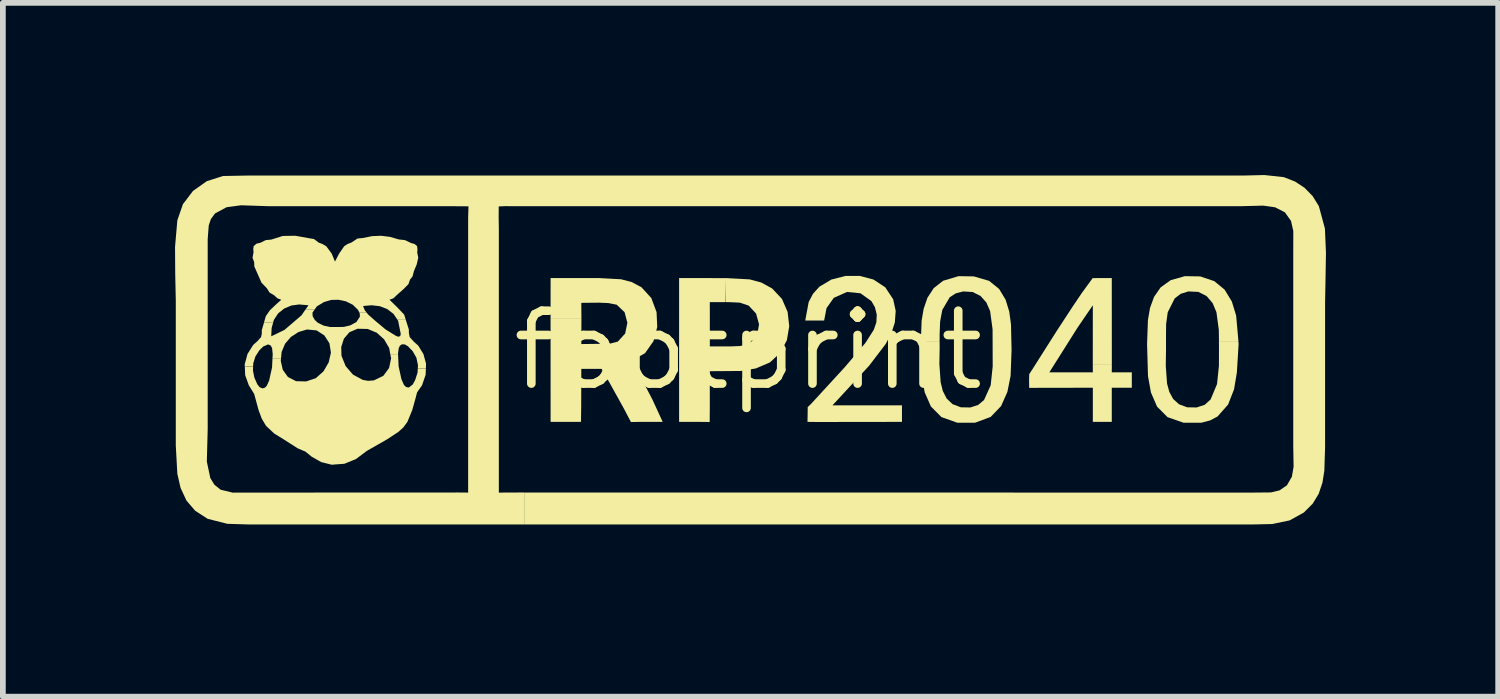
<source format=kicad_pcb>
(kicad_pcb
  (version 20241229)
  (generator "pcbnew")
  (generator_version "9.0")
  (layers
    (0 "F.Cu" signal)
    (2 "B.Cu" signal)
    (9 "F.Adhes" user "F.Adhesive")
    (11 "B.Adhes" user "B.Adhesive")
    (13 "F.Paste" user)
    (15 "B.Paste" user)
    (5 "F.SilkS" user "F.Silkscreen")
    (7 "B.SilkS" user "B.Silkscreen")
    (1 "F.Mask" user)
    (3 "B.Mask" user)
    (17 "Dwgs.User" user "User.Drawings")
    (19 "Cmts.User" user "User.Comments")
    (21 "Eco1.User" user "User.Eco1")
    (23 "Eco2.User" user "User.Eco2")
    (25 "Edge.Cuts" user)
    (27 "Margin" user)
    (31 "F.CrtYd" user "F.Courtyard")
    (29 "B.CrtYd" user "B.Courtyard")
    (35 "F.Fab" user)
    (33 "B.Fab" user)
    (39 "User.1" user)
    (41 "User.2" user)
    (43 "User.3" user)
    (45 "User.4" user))
  (footprint "footprint"
    (layer "F.Cu")
    (at 9.988 3.054)
    (property "Reference" "footprint" (at 0 0 0) (layer "F.SilkS") (effects (font (size 1.27 1.27) (thickness 0.15))))
    (fp_poly (pts (xy 6.335 0.242) (xy 6.003 0.242) (xy 6.004 -0.785) (xy 5.738 -0.396) (xy 5.492 -0.006) (xy 5.246 0.384) (xy 6.004 0.384) (xy 6.003 0.243) (xy 6.335 0.243) (xy 6.334 0.384) (xy 6.683 0.384) (xy 6.683 0.652) (xy 6.334 0.652) (xy 6.334 1.247) (xy 6.004 1.247) (xy 6.004 0.652) (xy 4.895 0.654) (xy 4.893 0.514) (xy 4.896 0.414) (xy 4.945 0.34) (xy 4.945 0.34) (xy 5.112 0.076) (xy 5.381 -0.347) (xy 5.655 -0.766) (xy 5.813 -1) (xy 6.001 -1.258) (xy 6.148 -1.259) (xy 6.334 -1.259)) (stroke (width 0) (type solid)) (fill yes) (layer "F.SilkS"))
    (fp_poly (pts (xy -1.205 -1.259) (xy -0.399 -1.258) (xy -0.402 -0.84) (xy -0.67 -0.839) (xy -0.67 -0.068) (xy -0.317 -0.068) (xy -0.137 -0.075) (xy 0.027 -0.123) (xy 0.155 -0.263) (xy 0.188 -0.453) (xy 0.136 -0.641) (xy 0.007 -0.779) (xy -0.149 -0.831) (xy -0.327 -0.839) (xy -0.396 -0.84) (xy -0.399 -1.259) (xy 0.025 -1.236) (xy 0.228 -1.181) (xy 0.418 -1.076) (xy 0.588 -0.894) (xy 0.686 -0.668) (xy 0.714 -0.421) (xy 0.673 -0.177) (xy 0.56 0.042) (xy 0.377 0.211) (xy 0.131 0.316) (xy -0.133 0.36) (xy -0.67 0.364) (xy -0.67 1) (xy -0.672 1.249) (xy -0.855 1.247) (xy -1.205 1.247)) (stroke (width 0) (type solid)) (fill yes) (layer "F.SilkS"))
    (fp_poly (pts (xy 2.182 -1.233) (xy 2.387 -1.098) (xy 2.525 -0.889) (xy 2.569 -0.686) (xy 2.554 -0.485) (xy 2.491 -0.29) (xy 2.393 -0.108) (xy 2.107 0.267) (xy 1.787 0.613) (xy 1.467 0.959) (xy 2.678 0.959) (xy 2.678 1.247) (xy 1.201 1.249) (xy 1.124 1.248) (xy 1.032 1.247) (xy 1.034 1.14) (xy 1.036 0.99) (xy 1.102 0.925) (xy 1.316 0.692) (xy 1.687 0.288) (xy 2.042 -0.13) (xy 2.188 -0.359) (xy 2.232 -0.488) (xy 2.239 -0.622) (xy 2.207 -0.751) (xy 2.145 -0.858) (xy 1.955 -0.994) (xy 1.721 -1.017) (xy 1.49 -0.914) (xy 1.364 -0.736) (xy 1.322 -0.519) (xy 0.993 -0.519) (xy 1.053 -0.842) (xy 1.129 -0.986) (xy 1.24 -1.109) (xy 1.448 -1.233) (xy 1.694 -1.296) (xy 1.945 -1.296)) (stroke (width 0) (type solid)) (fill yes) (layer "F.SilkS"))
    (fp_poly (pts (xy -3.022 -1.259) (xy -2.601 -1.259) (xy -2.217 -1.238) (xy -2.033 -1.19) (xy -1.861 -1.099) (xy -1.689 -0.91) (xy -1.598 -0.666) (xy -1.586 -0.406) (xy -1.652 -0.158) (xy -1.799 0.05) (xy -2.025 0.179) (xy -1.848 0.517) (xy -1.671 0.856) (xy -1.491 1.247) (xy -1.882 1.247) (xy -2.044 1.25) (xy -2.175 1.001) (xy -2.415 0.569) (xy -2.556 0.323) (xy -2.909 0.323) (xy -2.911 0.98) (xy -2.915 1.247) (xy -3.094 1.247) (xy -3.444 1.247) (xy -3.445 -0.556) (xy -2.907 -0.556) (xy -2.909 -0.109) (xy -2.584 -0.113) (xy -2.415 -0.115) (xy -2.273 -0.152) (xy -2.145 -0.292) (xy -2.106 -0.48) (xy -2.155 -0.664) (xy -2.293 -0.795) (xy -2.437 -0.823) (xy -2.598 -0.83) (xy -2.909 -0.827) (xy -2.907 -0.557) (xy -3.445 -0.557) (xy -3.444 -1.259)) (stroke (width 0) (type solid)) (fill yes) (layer "F.SilkS"))
    (fp_poly (pts (xy 3.93 -1.288) (xy 4.197 -1.21) (xy 4.371 -1.069) (xy 4.484 -0.882) (xy 4.548 -0.673) (xy 4.578 -0.45) (xy 4.588 -0.006) (xy 4.571 0.446) (xy 4.515 0.725) (xy 4.405 0.972) (xy 4.223 1.161) (xy 3.951 1.262) (xy 3.643 1.262) (xy 3.365 1.163) (xy 3.182 0.978) (xy 3.074 0.731) (xy 3.023 0.449) (xy 3.006 -0.109) (xy 3.008 -0.157) (xy 3.334 -0.157) (xy 3.335 -0.047) (xy 3.33 0.237) (xy 3.352 0.556) (xy 3.39 0.709) (xy 3.457 0.84) (xy 3.559 0.938) (xy 3.704 0.993) (xy 3.869 0.996) (xy 4.006 0.952) (xy 4.109 0.865) (xy 4.224 0.61) (xy 4.259 0.283) (xy 4.258 -0.047) (xy 4.257 -0.367) (xy 4.214 -0.684) (xy 4.149 -0.833) (xy 4.046 -0.948) (xy 3.91 -1.016) (xy 3.745 -1.026) (xy 3.615 -0.992) (xy 3.511 -0.925) (xy 3.381 -0.704) (xy 3.343 -0.501) (xy 3.335 -0.294) (xy 3.334 -0.158) (xy 3.007 -0.158) (xy 3.021 -0.519) (xy 3.056 -0.724) (xy 3.122 -0.915) (xy 3.232 -1.084) (xy 3.396 -1.212) (xy 3.663 -1.292)) (stroke (width 0) (type solid)) (fill yes) (layer "F.SilkS"))
    (fp_poly (pts (xy 7.874 -1.288) (xy 8.121 -1.205) (xy 8.301 -1.056) (xy 8.426 -0.85) (xy 8.501 -0.606) (xy 8.541 -0.158) (xy 8.202 -0.158) (xy 8.199 -0.357) (xy 8.158 -0.663) (xy 8.091 -0.823) (xy 7.985 -0.946) (xy 7.843 -1.018) (xy 7.668 -1.026) (xy 7.534 -0.984) (xy 7.431 -0.905) (xy 7.309 -0.663) (xy 7.281 -0.459) (xy 7.279 -0.253) (xy 7.279 -0.006) (xy 7.275 0.272) (xy 7.297 0.578) (xy 7.336 0.723) (xy 7.403 0.847) (xy 7.505 0.94) (xy 7.648 0.993) (xy 7.812 0.996) (xy 7.954 0.949) (xy 8.056 0.856) (xy 8.168 0.589) (xy 8.201 0.272) (xy 8.202 -0.047) (xy 8.201 -0.157) (xy 8.54 -0.157) (xy 8.544 -0.112) (xy 8.514 0.384) (xy 8.465 0.678) (xy 8.361 0.945) (xy 8.178 1.152) (xy 8.05 1.221) (xy 7.894 1.262) (xy 7.586 1.262) (xy 7.306 1.165) (xy 7.123 0.981) (xy 7.016 0.733) (xy 6.965 0.45) (xy 6.949 -0.109) (xy 6.964 -0.527) (xy 7 -0.737) (xy 7.07 -0.93) (xy 7.186 -1.097) (xy 7.36 -1.222) (xy 7.607 -1.292)) (stroke (width 0) (type solid)) (fill yes) (layer "F.SilkS"))
    (fp_poly (pts (xy -7.088 0.095) (xy -7.016 0.274) (xy -6.888 0.423) (xy -6.718 0.515) (xy -6.623 0.532) (xy -6.523 0.524) (xy -6.359 0.445) (xy -6.258 0.307) (xy -6.223 0.138) (xy -6.235 0.079) (xy -6.102 0.079) (xy -6.092 0.281) (xy -6.044 0.502) (xy -6 0.602) (xy -5.962 0.64) (xy -5.913 0.648) (xy -5.845 0.594) (xy -5.803 0.515) (xy -5.763 0.391) (xy -5.758 0.316) (xy -5.617 0.316) (xy -5.622 0.427) (xy -5.685 0.611) (xy -5.771 0.733) (xy -5.795 0.827) (xy -5.823 0.927) (xy -5.823 0.927) (xy -5.855 1.042) (xy -5.94 1.248) (xy -6.012 1.346) (xy -6.096 1.421) (xy -6.293 1.551) (xy -6.645 1.752) (xy -6.835 1.894) (xy -7.037 1.977) (xy -7.202 1.989) (xy -7.202 1.989) (xy -7.255 1.994) (xy -7.441 1.948) (xy -7.608 1.853) (xy -7.716 1.765) (xy -7.852 1.707) (xy -8.096 1.551) (xy -8.261 1.449) (xy -8.403 1.316) (xy -8.478 1.189) (xy -8.495 1.142) (xy -8.495 1.142) (xy -8.531 1.047) (xy -8.609 0.76) (xy -8.702 0.611) (xy -8.766 0.433) (xy -8.772 0.281) (xy -8.628 0.281) (xy -8.631 0.35) (xy -8.606 0.475) (xy -8.555 0.591) (xy -8.514 0.643) (xy -8.462 0.664) (xy -8.42 0.65) (xy -8.388 0.615) (xy -8.349 0.529) (xy -8.298 0.301) (xy -8.29 0.138) (xy -8.141 0.137) (xy -8.146 0.186) (xy -8.111 0.339) (xy -8.022 0.464) (xy -7.879 0.538) (xy -7.703 0.542) (xy -7.536 0.486) (xy -7.402 0.367) (xy -7.311 0.211) (xy -7.272 0.041) (xy -7.279 -0.006) (xy -7.091 -0.006)) (stroke (width 0) (type solid)) (fill yes) (layer "F.SilkS"))
    (fp_poly (pts (xy -8.839 -2.527) (xy -9.091 -2.493) (xy -9.292 -2.384) (xy -9.364 -2.286) (xy -9.401 -2.175) (xy -9.419 -1.937) (xy -9.419 1.37) (xy -9.434 1.94) (xy -9.373 2.227) (xy -9.302 2.342) (xy -9.194 2.429) (xy -8.983 2.48) (xy -8.763 2.479) (xy -5.101 2.478) (xy -5.101 3.034) (xy -8.721 3.034) (xy -9.077 3.023) (xy -9.42 2.936) (xy -9.638 2.795) (xy -9.79 2.617) (xy -9.892 2.396) (xy -9.948 2.151) (xy -9.975 1.658) (xy -9.975 -0.869) (xy -9.985 -1.335) (xy -9.988 -1.801) (xy -9.948 -2.265) (xy -9.851 -2.546) (xy -9.674 -2.778) (xy -9.435 -2.947) (xy -9.153 -3.037) (xy -8.68 -3.046) (xy 8.654 -3.046) (xy 8.995 -3.054) (xy 9.332 -3.017) (xy 9.527 -2.941) (xy 9.693 -2.832) (xy 9.834 -2.687) (xy 9.942 -2.513) (xy 10.048 -2.122) (xy 10.066 -1.697) (xy 10.059 -1.273) (xy 10.051 -0.848) (xy 10.051 1.678) (xy 10.038 2.096) (xy 10.005 2.305) (xy 9.939 2.501) (xy 9.835 2.672) (xy 9.681 2.826) (xy 9.435 2.963) (xy 9.13 3.027) (xy 8.818 3.034) (xy -3.898 3.034) (xy -3.898 2.478) (xy 8.798 2.479) (xy 9.109 2.476) (xy 9.258 2.44) (xy 9.386 2.352) (xy 9.472 2.203) (xy 9.502 2.029) (xy 9.496 1.678) (xy 9.496 -1.711) (xy 9.497 -2.078) (xy 9.457 -2.255) (xy 9.351 -2.404) (xy 9.18 -2.492) (xy 8.974 -2.521) (xy 8.572 -2.511) (xy -4.121 -2.511) (xy -4.232 -2.512) (xy -4.348 -2.507) (xy -4.349 -2.306) (xy -4.346 -2.122) (xy -4.346 2.479) (xy -3.9 2.477) (xy -3.9 3.034) (xy -5.101 3.034) (xy -5.101 2.477) (xy -4.881 2.479) (xy -4.881 -2.122) (xy -4.881 -2.306) (xy -4.875 -2.509) (xy -5.02 -2.51) (xy -5.148 -2.511) (xy -8.352 -2.511)) (stroke (width 0) (type solid)) (fill yes) (layer "F.SilkS"))
    (fp_poly (pts (xy -7.675 -1.957) (xy -7.567 -1.939) (xy -7.485 -1.877) (xy -7.417 -1.851) (xy -7.352 -1.812) (xy -7.26 -1.688) (xy -7.201 -1.546) (xy -7.129 -1.685) (xy -7.039 -1.816) (xy -6.98 -1.853) (xy -6.917 -1.877) (xy -6.808 -1.948) (xy -6.713 -1.957) (xy -6.557 -1.989) (xy -6.399 -1.996) (xy -6.243 -1.977) (xy -6.089 -1.932) (xy -5.981 -1.92) (xy -5.873 -1.868) (xy -5.815 -1.853) (xy -5.771 -1.816) (xy -5.764 -1.76) (xy -5.768 -1.703) (xy -5.75 -1.613) (xy -5.763 -1.559) (xy -5.762 -1.559) (xy -5.778 -1.494) (xy -5.825 -1.382) (xy -5.85 -1.287) (xy -5.893 -1.233) (xy -5.922 -1.152) (xy -6.003 -1.07) (xy -6.128 -0.959) (xy -6.182 -0.907) (xy -6.251 -0.881) (xy -6.124 -0.757) (xy -5.996 -0.623) (xy -5.971 -0.542) (xy -6.119 -0.542) (xy -6.181 -0.634) (xy -6.291 -0.719) (xy -6.422 -0.769) (xy -6.564 -0.785) (xy -6.712 -0.772) (xy -6.681 -0.696) (xy -6.648 -0.655) (xy -6.776 -0.655) (xy -6.799 -0.704) (xy -6.891 -0.794) (xy -7.01 -0.853) (xy -7.141 -0.881) (xy -7.269 -0.878) (xy -7.394 -0.84) (xy -7.517 -0.766) (xy -7.555 -0.711) (xy -7.714 -0.711) (xy -7.663 -0.785) (xy -7.825 -0.799) (xy -7.96 -0.781) (xy -8.086 -0.728) (xy -8.192 -0.643) (xy -8.267 -0.528) (xy -8.278 -0.485) (xy -8.438 -0.485) (xy -8.406 -0.596) (xy -8.335 -0.698) (xy -8.245 -0.784) (xy -8.137 -0.881) (xy -8.206 -0.907) (xy -8.261 -0.959) (xy -8.34 -1.005) (xy -8.388 -1.081) (xy -8.482 -1.179) (xy -8.575 -1.39) (xy -8.575 -1.39) (xy -8.607 -1.463) (xy -8.609 -1.536) (xy -8.638 -1.613) (xy -8.62 -1.708) (xy -8.625 -1.762) (xy -8.618 -1.816) (xy -8.567 -1.859) (xy -8.503 -1.873) (xy -8.408 -1.92) (xy -8.313 -1.929) (xy -8.109 -1.993) (xy -7.891 -1.996)) (stroke (width 0) (type solid)) (fill yes) (layer "F.SilkS"))
    (fp_poly (pts (xy -7.593 -0.658) (xy -7.591 -0.595) (xy -7.553 -0.529) (xy -7.499 -0.479) (xy -7.398 -0.43) (xy -7.283 -0.406) (xy -7.052 -0.407) (xy -6.937 -0.434) (xy -6.829 -0.492) (xy -6.768 -0.584) (xy -6.769 -0.64) (xy -6.776 -0.655) (xy -6.648 -0.655) (xy -6.626 -0.626) (xy -6.496 -0.511) (xy -6.32 -0.364) (xy -6.144 -0.255) (xy -6.104 -0.237) (xy -6.065 -0.246) (xy -6.055 -0.284) (xy -6.063 -0.325) (xy -6.101 -0.515) (xy -6.119 -0.542) (xy -5.971 -0.542) (xy -5.915 -0.366) (xy -5.913 -0.297) (xy -5.899 -0.23) (xy -5.83 -0.153) (xy -5.75 -0.081) (xy -5.66 0.065) (xy -5.615 0.231) (xy -5.617 0.316) (xy -5.758 0.316) (xy -5.755 0.258) (xy -5.783 0.128) (xy -5.848 0.014) (xy -5.93 -0.071) (xy -5.982 -0.102) (xy -6.035 -0.105) (xy -6.07 -0.08) (xy -6.09 -0.038) (xy -6.103 0.055) (xy -6.101 0.079) (xy -6.235 0.079) (xy -6.257 -0.04) (xy -6.346 -0.192) (xy -6.474 -0.307) (xy -6.631 -0.372) (xy -6.808 -0.376) (xy -6.95 -0.315) (xy -7.046 -0.202) (xy -7.092 -0.058) (xy -7.091 -0.006) (xy -7.279 -0.006) (xy -7.298 -0.123) (xy -7.387 -0.26) (xy -7.522 -0.347) (xy -7.689 -0.363) (xy -7.838 -0.318) (xy -7.969 -0.233) (xy -8.07 -0.116) (xy -8.131 0.028) (xy -8.141 0.137) (xy -8.29 0.138) (xy -8.286 0.068) (xy -8.297 -0.038) (xy -8.321 -0.084) (xy -8.367 -0.103) (xy -8.452 -0.066) (xy -8.52 0.001) (xy -8.588 0.108) (xy -8.625 0.226) (xy -8.628 0.28) (xy -8.773 0.281) (xy -8.774 0.244) (xy -8.725 0.063) (xy -8.625 -0.095) (xy -8.553 -0.159) (xy -8.489 -0.23) (xy -8.476 -0.29) (xy -8.476 -0.352) (xy -8.437 -0.486) (xy -8.278 -0.486) (xy -8.305 -0.388) (xy -8.312 -0.244) (xy -8.082 -0.355) (xy -7.784 -0.61) (xy -7.714 -0.712) (xy -7.555 -0.712)) (stroke (width 0) (type solid)) (fill yes) (layer "F.SilkS")))
  (gr_rect
    (start -3 -3)
    (end 23.055 9.089)
    (stroke (width 0.1) (type default))
    (fill no)
    (layer "Edge.Cuts")))
</source>
